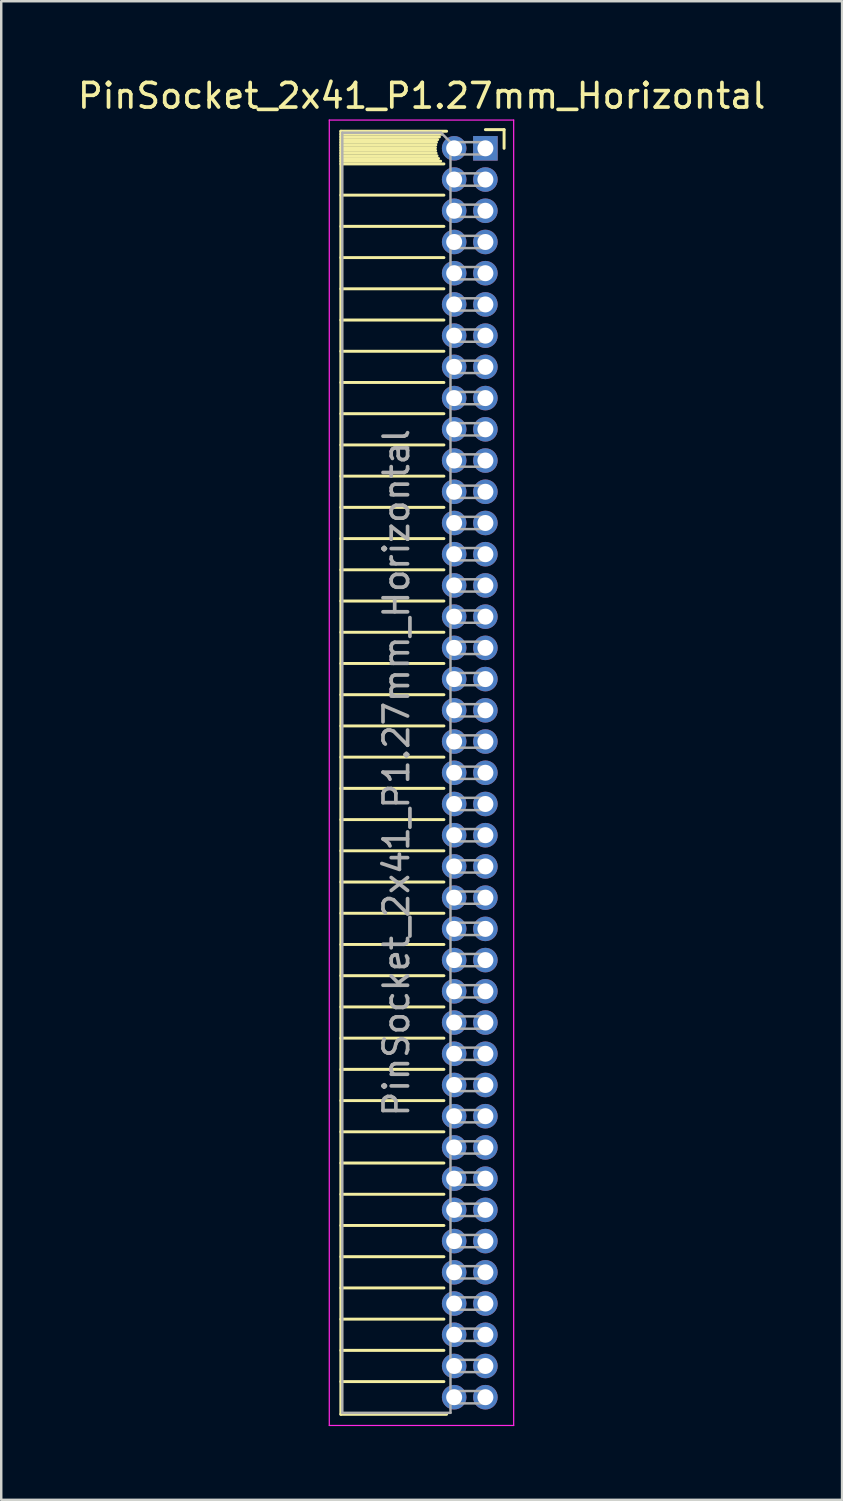
<source format=kicad_pcb>
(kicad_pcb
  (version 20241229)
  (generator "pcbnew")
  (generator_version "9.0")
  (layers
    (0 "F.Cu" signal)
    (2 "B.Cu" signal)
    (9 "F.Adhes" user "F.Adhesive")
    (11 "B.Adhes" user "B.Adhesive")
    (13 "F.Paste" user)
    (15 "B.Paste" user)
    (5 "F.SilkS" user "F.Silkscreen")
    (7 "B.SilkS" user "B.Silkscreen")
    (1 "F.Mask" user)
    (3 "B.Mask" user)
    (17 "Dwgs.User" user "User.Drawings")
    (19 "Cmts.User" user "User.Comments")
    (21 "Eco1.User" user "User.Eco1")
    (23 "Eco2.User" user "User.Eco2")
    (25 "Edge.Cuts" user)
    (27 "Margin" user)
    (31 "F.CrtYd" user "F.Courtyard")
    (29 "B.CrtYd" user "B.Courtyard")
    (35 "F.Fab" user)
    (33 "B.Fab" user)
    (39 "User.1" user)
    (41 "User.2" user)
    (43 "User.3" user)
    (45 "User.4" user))
  (footprint "PinSocket_2x41_P1.27mm_Horizontal"
    (layer "F.Cu")
    (at 16.694 2.983)
    (property "Reference" "PinSocket_2x41_P1.27mm_Horizontal" (at -2.592 -2.135 0) (layer "F.SilkS") (effects (font (size 1 1) (thickness 0.15))))
    (attr through_hole)
    (fp_line (start -5.88 -0.695) (end -5.88 51.495) (stroke (width 0.12) (type solid)) (layer "F.SilkS"))
    (fp_line (start -5.88 -0.695) (end -1.578 -0.695) (stroke (width 0.12) (type solid)) (layer "F.SilkS"))
    (fp_line (start -5.88 -0.575) (end -1.767 -0.575) (stroke (width 0.12) (type solid)) (layer "F.SilkS"))
    (fp_line (start -5.88 -0.465) (end -1.871 -0.465) (stroke (width 0.12) (type solid)) (layer "F.SilkS"))
    (fp_line (start -5.88 -0.355) (end -1.942 -0.355) (stroke (width 0.12) (type solid)) (layer "F.SilkS"))
    (fp_line (start -5.88 -0.245) (end -1.989 -0.245) (stroke (width 0.12) (type solid)) (layer "F.SilkS"))
    (fp_line (start -5.88 -0.135) (end -2.018 -0.135) (stroke (width 0.12) (type solid)) (layer "F.SilkS"))
    (fp_line (start -5.88 -0.025) (end -2.03 -0.025) (stroke (width 0.12) (type solid)) (layer "F.SilkS"))
    (fp_line (start -5.88 0.085) (end -2.025 0.085) (stroke (width 0.12) (type solid)) (layer "F.SilkS"))
    (fp_line (start -5.88 0.195) (end -2.005 0.195) (stroke (width 0.12) (type solid)) (layer "F.SilkS"))
    (fp_line (start -5.88 0.305) (end -1.966 0.305) (stroke (width 0.12) (type solid)) (layer "F.SilkS"))
    (fp_line (start -5.88 0.415) (end -1.907 0.415) (stroke (width 0.12) (type solid)) (layer "F.SilkS"))
    (fp_line (start -5.88 0.525) (end -1.82 0.525) (stroke (width 0.12) (type solid)) (layer "F.SilkS"))
    (fp_line (start -5.88 0.635) (end -1.688 0.635) (stroke (width 0.12) (type solid)) (layer "F.SilkS"))
    (fp_line (start -5.88 1.905) (end -1.688 1.905) (stroke (width 0.12) (type solid)) (layer "F.SilkS"))
    (fp_line (start -5.88 3.175) (end -1.688 3.175) (stroke (width 0.12) (type solid)) (layer "F.SilkS"))
    (fp_line (start -5.88 4.445) (end -1.688 4.445) (stroke (width 0.12) (type solid)) (layer "F.SilkS"))
    (fp_line (start -5.88 5.715) (end -1.688 5.715) (stroke (width 0.12) (type solid)) (layer "F.SilkS"))
    (fp_line (start -5.88 6.985) (end -1.688 6.985) (stroke (width 0.12) (type solid)) (layer "F.SilkS"))
    (fp_line (start -5.88 8.255) (end -1.688 8.255) (stroke (width 0.12) (type solid)) (layer "F.SilkS"))
    (fp_line (start -5.88 9.525) (end -1.688 9.525) (stroke (width 0.12) (type solid)) (layer "F.SilkS"))
    (fp_line (start -5.88 10.795) (end -1.688 10.795) (stroke (width 0.12) (type solid)) (layer "F.SilkS"))
    (fp_line (start -5.88 12.065) (end -1.688 12.065) (stroke (width 0.12) (type solid)) (layer "F.SilkS"))
    (fp_line (start -5.88 13.335) (end -1.688 13.335) (stroke (width 0.12) (type solid)) (layer "F.SilkS"))
    (fp_line (start -5.88 14.605) (end -1.688 14.605) (stroke (width 0.12) (type solid)) (layer "F.SilkS"))
    (fp_line (start -5.88 15.875) (end -1.688 15.875) (stroke (width 0.12) (type solid)) (layer "F.SilkS"))
    (fp_line (start -5.88 17.145) (end -1.688 17.145) (stroke (width 0.12) (type solid)) (layer "F.SilkS"))
    (fp_line (start -5.88 18.415) (end -1.688 18.415) (stroke (width 0.12) (type solid)) (layer "F.SilkS"))
    (fp_line (start -5.88 19.685) (end -1.688 19.685) (stroke (width 0.12) (type solid)) (layer "F.SilkS"))
    (fp_line (start -5.88 20.955) (end -1.688 20.955) (stroke (width 0.12) (type solid)) (layer "F.SilkS"))
    (fp_line (start -5.88 22.225) (end -1.688 22.225) (stroke (width 0.12) (type solid)) (layer "F.SilkS"))
    (fp_line (start -5.88 23.495) (end -1.688 23.495) (stroke (width 0.12) (type solid)) (layer "F.SilkS"))
    (fp_line (start -5.88 24.765) (end -1.688 24.765) (stroke (width 0.12) (type solid)) (layer "F.SilkS"))
    (fp_line (start -5.88 26.035) (end -1.688 26.035) (stroke (width 0.12) (type solid)) (layer "F.SilkS"))
    (fp_line (start -5.88 27.305) (end -1.688 27.305) (stroke (width 0.12) (type solid)) (layer "F.SilkS"))
    (fp_line (start -5.88 28.575) (end -1.688 28.575) (stroke (width 0.12) (type solid)) (layer "F.SilkS"))
    (fp_line (start -5.88 29.845) (end -1.688 29.845) (stroke (width 0.12) (type solid)) (layer "F.SilkS"))
    (fp_line (start -5.88 31.115) (end -1.688 31.115) (stroke (width 0.12) (type solid)) (layer "F.SilkS"))
    (fp_line (start -5.88 32.385) (end -1.688 32.385) (stroke (width 0.12) (type solid)) (layer "F.SilkS"))
    (fp_line (start -5.88 33.655) (end -1.688 33.655) (stroke (width 0.12) (type solid)) (layer "F.SilkS"))
    (fp_line (start -5.88 34.925) (end -1.688 34.925) (stroke (width 0.12) (type solid)) (layer "F.SilkS"))
    (fp_line (start -5.88 36.195) (end -1.688 36.195) (stroke (width 0.12) (type solid)) (layer "F.SilkS"))
    (fp_line (start -5.88 37.465) (end -1.688 37.465) (stroke (width 0.12) (type solid)) (layer "F.SilkS"))
    (fp_line (start -5.88 38.735) (end -1.688 38.735) (stroke (width 0.12) (type solid)) (layer "F.SilkS"))
    (fp_line (start -5.88 40.005) (end -1.688 40.005) (stroke (width 0.12) (type solid)) (layer "F.SilkS"))
    (fp_line (start -5.88 41.275) (end -1.688 41.275) (stroke (width 0.12) (type solid)) (layer "F.SilkS"))
    (fp_line (start -5.88 42.545) (end -1.688 42.545) (stroke (width 0.12) (type solid)) (layer "F.SilkS"))
    (fp_line (start -5.88 43.815) (end -1.688 43.815) (stroke (width 0.12) (type solid)) (layer "F.SilkS"))
    (fp_line (start -5.88 45.085) (end -1.688 45.085) (stroke (width 0.12) (type solid)) (layer "F.SilkS"))
    (fp_line (start -5.88 46.355) (end -1.688 46.355) (stroke (width 0.12) (type solid)) (layer "F.SilkS"))
    (fp_line (start -5.88 47.625) (end -1.688 47.625) (stroke (width 0.12) (type solid)) (layer "F.SilkS"))
    (fp_line (start -5.88 48.895) (end -1.688 48.895) (stroke (width 0.12) (type solid)) (layer "F.SilkS"))
    (fp_line (start -5.88 50.165) (end -1.688 50.165) (stroke (width 0.12) (type solid)) (layer "F.SilkS"))
    (fp_line (start -5.88 51.495) (end -1.578 51.495) (stroke (width 0.12) (type solid)) (layer "F.SilkS"))
    (fp_line (start 0 -0.76) (end 0.76 -0.76) (stroke (width 0.12) (type solid)) (layer "F.SilkS"))
    (fp_line (start 0.76 -0.76) (end 0.76 0) (stroke (width 0.12) (type solid)) (layer "F.SilkS"))
    (fp_line (start -6.35 -1.15) (end -6.35 51.95) (stroke (width 0.05) (type solid)) (layer "F.CrtYd"))
    (fp_line (start -6.35 51.95) (end 1.15 51.95) (stroke (width 0.05) (type solid)) (layer "F.CrtYd"))
    (fp_line (start 1.15 -1.15) (end -6.35 -1.15) (stroke (width 0.05) (type solid)) (layer "F.CrtYd"))
    (fp_line (start 1.15 51.95) (end 1.15 -1.15) (stroke (width 0.05) (type solid)) (layer "F.CrtYd"))
    (fp_line (start -5.82 -0.635) (end -1.805 -0.635) (stroke (width 0.1) (type solid)) (layer "F.Fab"))
    (fp_line (start -5.82 51.435) (end -5.82 -0.635) (stroke (width 0.1) (type solid)) (layer "F.Fab"))
    (fp_line (start -1.805 -0.635) (end -1.42 -0.25) (stroke (width 0.1) (type solid)) (layer "F.Fab"))
    (fp_line (start -1.42 -0.25) (end -1.42 51.435) (stroke (width 0.1) (type solid)) (layer "F.Fab"))
    (fp_line (start -1.42 0.25) (end 0 0.25) (stroke (width 0.1) (type solid)) (layer "F.Fab"))
    (fp_line (start -1.42 1.52) (end 0 1.52) (stroke (width 0.1) (type solid)) (layer "F.Fab"))
    (fp_line (start -1.42 2.79) (end 0 2.79) (stroke (width 0.1) (type solid)) (layer "F.Fab"))
    (fp_line (start -1.42 4.06) (end 0 4.06) (stroke (width 0.1) (type solid)) (layer "F.Fab"))
    (fp_line (start -1.42 5.33) (end 0 5.33) (stroke (width 0.1) (type solid)) (layer "F.Fab"))
    (fp_line (start -1.42 6.6) (end 0 6.6) (stroke (width 0.1) (type solid)) (layer "F.Fab"))
    (fp_line (start -1.42 7.87) (end 0 7.87) (stroke (width 0.1) (type solid)) (layer "F.Fab"))
    (fp_line (start -1.42 9.14) (end 0 9.14) (stroke (width 0.1) (type solid)) (layer "F.Fab"))
    (fp_line (start -1.42 10.41) (end 0 10.41) (stroke (width 0.1) (type solid)) (layer "F.Fab"))
    (fp_line (start -1.42 11.68) (end 0 11.68) (stroke (width 0.1) (type solid)) (layer "F.Fab"))
    (fp_line (start -1.42 12.95) (end 0 12.95) (stroke (width 0.1) (type solid)) (layer "F.Fab"))
    (fp_line (start -1.42 14.22) (end 0 14.22) (stroke (width 0.1) (type solid)) (layer "F.Fab"))
    (fp_line (start -1.42 15.49) (end 0 15.49) (stroke (width 0.1) (type solid)) (layer "F.Fab"))
    (fp_line (start -1.42 16.76) (end 0 16.76) (stroke (width 0.1) (type solid)) (layer "F.Fab"))
    (fp_line (start -1.42 18.03) (end 0 18.03) (stroke (width 0.1) (type solid)) (layer "F.Fab"))
    (fp_line (start -1.42 19.3) (end 0 19.3) (stroke (width 0.1) (type solid)) (layer "F.Fab"))
    (fp_line (start -1.42 20.57) (end 0 20.57) (stroke (width 0.1) (type solid)) (layer "F.Fab"))
    (fp_line (start -1.42 21.84) (end 0 21.84) (stroke (width 0.1) (type solid)) (layer "F.Fab"))
    (fp_line (start -1.42 23.11) (end 0 23.11) (stroke (width 0.1) (type solid)) (layer "F.Fab"))
    (fp_line (start -1.42 24.38) (end 0 24.38) (stroke (width 0.1) (type solid)) (layer "F.Fab"))
    (fp_line (start -1.42 25.65) (end 0 25.65) (stroke (width 0.1) (type solid)) (layer "F.Fab"))
    (fp_line (start -1.42 26.92) (end 0 26.92) (stroke (width 0.1) (type solid)) (layer "F.Fab"))
    (fp_line (start -1.42 28.19) (end 0 28.19) (stroke (width 0.1) (type solid)) (layer "F.Fab"))
    (fp_line (start -1.42 29.46) (end 0 29.46) (stroke (width 0.1) (type solid)) (layer "F.Fab"))
    (fp_line (start -1.42 30.73) (end 0 30.73) (stroke (width 0.1) (type solid)) (layer "F.Fab"))
    (fp_line (start -1.42 32) (end 0 32) (stroke (width 0.1) (type solid)) (layer "F.Fab"))
    (fp_line (start -1.42 33.27) (end 0 33.27) (stroke (width 0.1) (type solid)) (layer "F.Fab"))
    (fp_line (start -1.42 34.54) (end 0 34.54) (stroke (width 0.1) (type solid)) (layer "F.Fab"))
    (fp_line (start -1.42 35.81) (end 0 35.81) (stroke (width 0.1) (type solid)) (layer "F.Fab"))
    (fp_line (start -1.42 37.08) (end 0 37.08) (stroke (width 0.1) (type solid)) (layer "F.Fab"))
    (fp_line (start -1.42 38.35) (end 0 38.35) (stroke (width 0.1) (type solid)) (layer "F.Fab"))
    (fp_line (start -1.42 39.62) (end 0 39.62) (stroke (width 0.1) (type solid)) (layer "F.Fab"))
    (fp_line (start -1.42 40.89) (end 0 40.89) (stroke (width 0.1) (type solid)) (layer "F.Fab"))
    (fp_line (start -1.42 42.16) (end 0 42.16) (stroke (width 0.1) (type solid)) (layer "F.Fab"))
    (fp_line (start -1.42 43.43) (end 0 43.43) (stroke (width 0.1) (type solid)) (layer "F.Fab"))
    (fp_line (start -1.42 44.7) (end 0 44.7) (stroke (width 0.1) (type solid)) (layer "F.Fab"))
    (fp_line (start -1.42 45.97) (end 0 45.97) (stroke (width 0.1) (type solid)) (layer "F.Fab"))
    (fp_line (start -1.42 47.24) (end 0 47.24) (stroke (width 0.1) (type solid)) (layer "F.Fab"))
    (fp_line (start -1.42 48.51) (end 0 48.51) (stroke (width 0.1) (type solid)) (layer "F.Fab"))
    (fp_line (start -1.42 49.78) (end 0 49.78) (stroke (width 0.1) (type solid)) (layer "F.Fab"))
    (fp_line (start -1.42 51.05) (end 0 51.05) (stroke (width 0.1) (type solid)) (layer "F.Fab"))
    (fp_line (start -1.42 51.435) (end -5.82 51.435) (stroke (width 0.1) (type solid)) (layer "F.Fab"))
    (fp_line (start 0 -0.25) (end -1.42 -0.25) (stroke (width 0.1) (type solid)) (layer "F.Fab"))
    (fp_line (start 0 0.25) (end 0 -0.25) (stroke (width 0.1) (type solid)) (layer "F.Fab"))
    (fp_line (start 0 1.02) (end -1.42 1.02) (stroke (width 0.1) (type solid)) (layer "F.Fab"))
    (fp_line (start 0 1.52) (end 0 1.02) (stroke (width 0.1) (type solid)) (layer "F.Fab"))
    (fp_line (start 0 2.29) (end -1.42 2.29) (stroke (width 0.1) (type solid)) (layer "F.Fab"))
    (fp_line (start 0 2.79) (end 0 2.29) (stroke (width 0.1) (type solid)) (layer "F.Fab"))
    (fp_line (start 0 3.56) (end -1.42 3.56) (stroke (width 0.1) (type solid)) (layer "F.Fab"))
    (fp_line (start 0 4.06) (end 0 3.56) (stroke (width 0.1) (type solid)) (layer "F.Fab"))
    (fp_line (start 0 4.83) (end -1.42 4.83) (stroke (width 0.1) (type solid)) (layer "F.Fab"))
    (fp_line (start 0 5.33) (end 0 4.83) (stroke (width 0.1) (type solid)) (layer "F.Fab"))
    (fp_line (start 0 6.1) (end -1.42 6.1) (stroke (width 0.1) (type solid)) (layer "F.Fab"))
    (fp_line (start 0 6.6) (end 0 6.1) (stroke (width 0.1) (type solid)) (layer "F.Fab"))
    (fp_line (start 0 7.37) (end -1.42 7.37) (stroke (width 0.1) (type solid)) (layer "F.Fab"))
    (fp_line (start 0 7.87) (end 0 7.37) (stroke (width 0.1) (type solid)) (layer "F.Fab"))
    (fp_line (start 0 8.64) (end -1.42 8.64) (stroke (width 0.1) (type solid)) (layer "F.Fab"))
    (fp_line (start 0 9.14) (end 0 8.64) (stroke (width 0.1) (type solid)) (layer "F.Fab"))
    (fp_line (start 0 9.91) (end -1.42 9.91) (stroke (width 0.1) (type solid)) (layer "F.Fab"))
    (fp_line (start 0 10.41) (end 0 9.91) (stroke (width 0.1) (type solid)) (layer "F.Fab"))
    (fp_line (start 0 11.18) (end -1.42 11.18) (stroke (width 0.1) (type solid)) (layer "F.Fab"))
    (fp_line (start 0 11.68) (end 0 11.18) (stroke (width 0.1) (type solid)) (layer "F.Fab"))
    (fp_line (start 0 12.45) (end -1.42 12.45) (stroke (width 0.1) (type solid)) (layer "F.Fab"))
    (fp_line (start 0 12.95) (end 0 12.45) (stroke (width 0.1) (type solid)) (layer "F.Fab"))
    (fp_line (start 0 13.72) (end -1.42 13.72) (stroke (width 0.1) (type solid)) (layer "F.Fab"))
    (fp_line (start 0 14.22) (end 0 13.72) (stroke (width 0.1) (type solid)) (layer "F.Fab"))
    (fp_line (start 0 14.99) (end -1.42 14.99) (stroke (width 0.1) (type solid)) (layer "F.Fab"))
    (fp_line (start 0 15.49) (end 0 14.99) (stroke (width 0.1) (type solid)) (layer "F.Fab"))
    (fp_line (start 0 16.26) (end -1.42 16.26) (stroke (width 0.1) (type solid)) (layer "F.Fab"))
    (fp_line (start 0 16.76) (end 0 16.26) (stroke (width 0.1) (type solid)) (layer "F.Fab"))
    (fp_line (start 0 17.53) (end -1.42 17.53) (stroke (width 0.1) (type solid)) (layer "F.Fab"))
    (fp_line (start 0 18.03) (end 0 17.53) (stroke (width 0.1) (type solid)) (layer "F.Fab"))
    (fp_line (start 0 18.8) (end -1.42 18.8) (stroke (width 0.1) (type solid)) (layer "F.Fab"))
    (fp_line (start 0 19.3) (end 0 18.8) (stroke (width 0.1) (type solid)) (layer "F.Fab"))
    (fp_line (start 0 20.07) (end -1.42 20.07) (stroke (width 0.1) (type solid)) (layer "F.Fab"))
    (fp_line (start 0 20.57) (end 0 20.07) (stroke (width 0.1) (type solid)) (layer "F.Fab"))
    (fp_line (start 0 21.34) (end -1.42 21.34) (stroke (width 0.1) (type solid)) (layer "F.Fab"))
    (fp_line (start 0 21.84) (end 0 21.34) (stroke (width 0.1) (type solid)) (layer "F.Fab"))
    (fp_line (start 0 22.61) (end -1.42 22.61) (stroke (width 0.1) (type solid)) (layer "F.Fab"))
    (fp_line (start 0 23.11) (end 0 22.61) (stroke (width 0.1) (type solid)) (layer "F.Fab"))
    (fp_line (start 0 23.88) (end -1.42 23.88) (stroke (width 0.1) (type solid)) (layer "F.Fab"))
    (fp_line (start 0 24.38) (end 0 23.88) (stroke (width 0.1) (type solid)) (layer "F.Fab"))
    (fp_line (start 0 25.15) (end -1.42 25.15) (stroke (width 0.1) (type solid)) (layer "F.Fab"))
    (fp_line (start 0 25.65) (end 0 25.15) (stroke (width 0.1) (type solid)) (layer "F.Fab"))
    (fp_line (start 0 26.42) (end -1.42 26.42) (stroke (width 0.1) (type solid)) (layer "F.Fab"))
    (fp_line (start 0 26.92) (end 0 26.42) (stroke (width 0.1) (type solid)) (layer "F.Fab"))
    (fp_line (start 0 27.69) (end -1.42 27.69) (stroke (width 0.1) (type solid)) (layer "F.Fab"))
    (fp_line (start 0 28.19) (end 0 27.69) (stroke (width 0.1) (type solid)) (layer "F.Fab"))
    (fp_line (start 0 28.96) (end -1.42 28.96) (stroke (width 0.1) (type solid)) (layer "F.Fab"))
    (fp_line (start 0 29.46) (end 0 28.96) (stroke (width 0.1) (type solid)) (layer "F.Fab"))
    (fp_line (start 0 30.23) (end -1.42 30.23) (stroke (width 0.1) (type solid)) (layer "F.Fab"))
    (fp_line (start 0 30.73) (end 0 30.23) (stroke (width 0.1) (type solid)) (layer "F.Fab"))
    (fp_line (start 0 31.5) (end -1.42 31.5) (stroke (width 0.1) (type solid)) (layer "F.Fab"))
    (fp_line (start 0 32) (end 0 31.5) (stroke (width 0.1) (type solid)) (layer "F.Fab"))
    (fp_line (start 0 32.77) (end -1.42 32.77) (stroke (width 0.1) (type solid)) (layer "F.Fab"))
    (fp_line (start 0 33.27) (end 0 32.77) (stroke (width 0.1) (type solid)) (layer "F.Fab"))
    (fp_line (start 0 34.04) (end -1.42 34.04) (stroke (width 0.1) (type solid)) (layer "F.Fab"))
    (fp_line (start 0 34.54) (end 0 34.04) (stroke (width 0.1) (type solid)) (layer "F.Fab"))
    (fp_line (start 0 35.31) (end -1.42 35.31) (stroke (width 0.1) (type solid)) (layer "F.Fab"))
    (fp_line (start 0 35.81) (end 0 35.31) (stroke (width 0.1) (type solid)) (layer "F.Fab"))
    (fp_line (start 0 36.58) (end -1.42 36.58) (stroke (width 0.1) (type solid)) (layer "F.Fab"))
    (fp_line (start 0 37.08) (end 0 36.58) (stroke (width 0.1) (type solid)) (layer "F.Fab"))
    (fp_line (start 0 37.85) (end -1.42 37.85) (stroke (width 0.1) (type solid)) (layer "F.Fab"))
    (fp_line (start 0 38.35) (end 0 37.85) (stroke (width 0.1) (type solid)) (layer "F.Fab"))
    (fp_line (start 0 39.12) (end -1.42 39.12) (stroke (width 0.1) (type solid)) (layer "F.Fab"))
    (fp_line (start 0 39.62) (end 0 39.12) (stroke (width 0.1) (type solid)) (layer "F.Fab"))
    (fp_line (start 0 40.39) (end -1.42 40.39) (stroke (width 0.1) (type solid)) (layer "F.Fab"))
    (fp_line (start 0 40.89) (end 0 40.39) (stroke (width 0.1) (type solid)) (layer "F.Fab"))
    (fp_line (start 0 41.66) (end -1.42 41.66) (stroke (width 0.1) (type solid)) (layer "F.Fab"))
    (fp_line (start 0 42.16) (end 0 41.66) (stroke (width 0.1) (type solid)) (layer "F.Fab"))
    (fp_line (start 0 42.93) (end -1.42 42.93) (stroke (width 0.1) (type solid)) (layer "F.Fab"))
    (fp_line (start 0 43.43) (end 0 42.93) (stroke (width 0.1) (type solid)) (layer "F.Fab"))
    (fp_line (start 0 44.2) (end -1.42 44.2) (stroke (width 0.1) (type solid)) (layer "F.Fab"))
    (fp_line (start 0 44.7) (end 0 44.2) (stroke (width 0.1) (type solid)) (layer "F.Fab"))
    (fp_line (start 0 45.47) (end -1.42 45.47) (stroke (width 0.1) (type solid)) (layer "F.Fab"))
    (fp_line (start 0 45.97) (end 0 45.47) (stroke (width 0.1) (type solid)) (layer "F.Fab"))
    (fp_line (start 0 46.74) (end -1.42 46.74) (stroke (width 0.1) (type solid)) (layer "F.Fab"))
    (fp_line (start 0 47.24) (end 0 46.74) (stroke (width 0.1) (type solid)) (layer "F.Fab"))
    (fp_line (start 0 48.01) (end -1.42 48.01) (stroke (width 0.1) (type solid)) (layer "F.Fab"))
    (fp_line (start 0 48.51) (end 0 48.01) (stroke (width 0.1) (type solid)) (layer "F.Fab"))
    (fp_line (start 0 49.28) (end -1.42 49.28) (stroke (width 0.1) (type solid)) (layer "F.Fab"))
    (fp_line (start 0 49.78) (end 0 49.28) (stroke (width 0.1) (type solid)) (layer "F.Fab"))
    (fp_line (start 0 50.55) (end -1.42 50.55) (stroke (width 0.1) (type solid)) (layer "F.Fab"))
    (fp_line (start 0 51.05) (end 0 50.55) (stroke (width 0.1) (type solid)) (layer "F.Fab"))
    (fp_text user "${REFERENCE}" (at -3.62 25.4 90) (layer "F.Fab") (effects (font (size 1 1) (thickness 0.15))))
    (pad "1" thru_hole rect (at 0 0) (size 1 1) (drill 0.65) (layers "*.Cu" "*.Mask"))
    (pad "2" thru_hole circle (at -1.27 0) (size 1 1) (drill 0.65) (layers "*.Cu" "*.Mask"))
    (pad "3" thru_hole circle (at 0 1.27) (size 1 1) (drill 0.65) (layers "*.Cu" "*.Mask"))
    (pad "4" thru_hole circle (at -1.27 1.27) (size 1 1) (drill 0.65) (layers "*.Cu" "*.Mask"))
    (pad "5" thru_hole circle (at 0 2.54) (size 1 1) (drill 0.65) (layers "*.Cu" "*.Mask"))
    (pad "6" thru_hole circle (at -1.27 2.54) (size 1 1) (drill 0.65) (layers "*.Cu" "*.Mask"))
    (pad "7" thru_hole circle (at 0 3.81) (size 1 1) (drill 0.65) (layers "*.Cu" "*.Mask"))
    (pad "8" thru_hole circle (at -1.27 3.81) (size 1 1) (drill 0.65) (layers "*.Cu" "*.Mask"))
    (pad "9" thru_hole circle (at 0 5.08) (size 1 1) (drill 0.65) (layers "*.Cu" "*.Mask"))
    (pad "10" thru_hole circle (at -1.27 5.08) (size 1 1) (drill 0.65) (layers "*.Cu" "*.Mask"))
    (pad "11" thru_hole circle (at 0 6.35) (size 1 1) (drill 0.65) (layers "*.Cu" "*.Mask"))
    (pad "12" thru_hole circle (at -1.27 6.35) (size 1 1) (drill 0.65) (layers "*.Cu" "*.Mask"))
    (pad "13" thru_hole circle (at 0 7.62) (size 1 1) (drill 0.65) (layers "*.Cu" "*.Mask"))
    (pad "14" thru_hole circle (at -1.27 7.62) (size 1 1) (drill 0.65) (layers "*.Cu" "*.Mask"))
    (pad "15" thru_hole circle (at 0 8.89) (size 1 1) (drill 0.65) (layers "*.Cu" "*.Mask"))
    (pad "16" thru_hole circle (at -1.27 8.89) (size 1 1) (drill 0.65) (layers "*.Cu" "*.Mask"))
    (pad "17" thru_hole circle (at 0 10.16) (size 1 1) (drill 0.65) (layers "*.Cu" "*.Mask"))
    (pad "18" thru_hole circle (at -1.27 10.16) (size 1 1) (drill 0.65) (layers "*.Cu" "*.Mask"))
    (pad "19" thru_hole circle (at 0 11.43) (size 1 1) (drill 0.65) (layers "*.Cu" "*.Mask"))
    (pad "20" thru_hole circle (at -1.27 11.43) (size 1 1) (drill 0.65) (layers "*.Cu" "*.Mask"))
    (pad "21" thru_hole circle (at 0 12.7) (size 1 1) (drill 0.65) (layers "*.Cu" "*.Mask"))
    (pad "22" thru_hole circle (at -1.27 12.7) (size 1 1) (drill 0.65) (layers "*.Cu" "*.Mask"))
    (pad "23" thru_hole circle (at 0 13.97) (size 1 1) (drill 0.65) (layers "*.Cu" "*.Mask"))
    (pad "24" thru_hole circle (at -1.27 13.97) (size 1 1) (drill 0.65) (layers "*.Cu" "*.Mask"))
    (pad "25" thru_hole circle (at 0 15.24) (size 1 1) (drill 0.65) (layers "*.Cu" "*.Mask"))
    (pad "26" thru_hole circle (at -1.27 15.24) (size 1 1) (drill 0.65) (layers "*.Cu" "*.Mask"))
    (pad "27" thru_hole circle (at 0 16.51) (size 1 1) (drill 0.65) (layers "*.Cu" "*.Mask"))
    (pad "28" thru_hole circle (at -1.27 16.51) (size 1 1) (drill 0.65) (layers "*.Cu" "*.Mask"))
    (pad "29" thru_hole circle (at 0 17.78) (size 1 1) (drill 0.65) (layers "*.Cu" "*.Mask"))
    (pad "30" thru_hole circle (at -1.27 17.78) (size 1 1) (drill 0.65) (layers "*.Cu" "*.Mask"))
    (pad "31" thru_hole circle (at 0 19.05) (size 1 1) (drill 0.65) (layers "*.Cu" "*.Mask"))
    (pad "32" thru_hole circle (at -1.27 19.05) (size 1 1) (drill 0.65) (layers "*.Cu" "*.Mask"))
    (pad "33" thru_hole circle (at 0 20.32) (size 1 1) (drill 0.65) (layers "*.Cu" "*.Mask"))
    (pad "34" thru_hole circle (at -1.27 20.32) (size 1 1) (drill 0.65) (layers "*.Cu" "*.Mask"))
    (pad "35" thru_hole circle (at 0 21.59) (size 1 1) (drill 0.65) (layers "*.Cu" "*.Mask"))
    (pad "36" thru_hole circle (at -1.27 21.59) (size 1 1) (drill 0.65) (layers "*.Cu" "*.Mask"))
    (pad "37" thru_hole circle (at 0 22.86) (size 1 1) (drill 0.65) (layers "*.Cu" "*.Mask"))
    (pad "38" thru_hole circle (at -1.27 22.86) (size 1 1) (drill 0.65) (layers "*.Cu" "*.Mask"))
    (pad "39" thru_hole circle (at 0 24.13) (size 1 1) (drill 0.65) (layers "*.Cu" "*.Mask"))
    (pad "40" thru_hole circle (at -1.27 24.13) (size 1 1) (drill 0.65) (layers "*.Cu" "*.Mask"))
    (pad "41" thru_hole circle (at 0 25.4) (size 1 1) (drill 0.65) (layers "*.Cu" "*.Mask"))
    (pad "42" thru_hole circle (at -1.27 25.4) (size 1 1) (drill 0.65) (layers "*.Cu" "*.Mask"))
    (pad "43" thru_hole circle (at 0 26.67) (size 1 1) (drill 0.65) (layers "*.Cu" "*.Mask"))
    (pad "44" thru_hole circle (at -1.27 26.67) (size 1 1) (drill 0.65) (layers "*.Cu" "*.Mask"))
    (pad "45" thru_hole circle (at 0 27.94) (size 1 1) (drill 0.65) (layers "*.Cu" "*.Mask"))
    (pad "46" thru_hole circle (at -1.27 27.94) (size 1 1) (drill 0.65) (layers "*.Cu" "*.Mask"))
    (pad "47" thru_hole circle (at 0 29.21) (size 1 1) (drill 0.65) (layers "*.Cu" "*.Mask"))
    (pad "48" thru_hole circle (at -1.27 29.21) (size 1 1) (drill 0.65) (layers "*.Cu" "*.Mask"))
    (pad "49" thru_hole circle (at 0 30.48) (size 1 1) (drill 0.65) (layers "*.Cu" "*.Mask"))
    (pad "50" thru_hole circle (at -1.27 30.48) (size 1 1) (drill 0.65) (layers "*.Cu" "*.Mask"))
    (pad "51" thru_hole circle (at 0 31.75) (size 1 1) (drill 0.65) (layers "*.Cu" "*.Mask"))
    (pad "52" thru_hole circle (at -1.27 31.75) (size 1 1) (drill 0.65) (layers "*.Cu" "*.Mask"))
    (pad "53" thru_hole circle (at 0 33.02) (size 1 1) (drill 0.65) (layers "*.Cu" "*.Mask"))
    (pad "54" thru_hole circle (at -1.27 33.02) (size 1 1) (drill 0.65) (layers "*.Cu" "*.Mask"))
    (pad "55" thru_hole circle (at 0 34.29) (size 1 1) (drill 0.65) (layers "*.Cu" "*.Mask"))
    (pad "56" thru_hole circle (at -1.27 34.29) (size 1 1) (drill 0.65) (layers "*.Cu" "*.Mask"))
    (pad "57" thru_hole circle (at 0 35.56) (size 1 1) (drill 0.65) (layers "*.Cu" "*.Mask"))
    (pad "58" thru_hole circle (at -1.27 35.56) (size 1 1) (drill 0.65) (layers "*.Cu" "*.Mask"))
    (pad "59" thru_hole circle (at 0 36.83) (size 1 1) (drill 0.65) (layers "*.Cu" "*.Mask"))
    (pad "60" thru_hole circle (at -1.27 36.83) (size 1 1) (drill 0.65) (layers "*.Cu" "*.Mask"))
    (pad "61" thru_hole circle (at 0 38.1) (size 1 1) (drill 0.65) (layers "*.Cu" "*.Mask"))
    (pad "62" thru_hole circle (at -1.27 38.1) (size 1 1) (drill 0.65) (layers "*.Cu" "*.Mask"))
    (pad "63" thru_hole circle (at 0 39.37) (size 1 1) (drill 0.65) (layers "*.Cu" "*.Mask"))
    (pad "64" thru_hole circle (at -1.27 39.37) (size 1 1) (drill 0.65) (layers "*.Cu" "*.Mask"))
    (pad "65" thru_hole circle (at 0 40.64) (size 1 1) (drill 0.65) (layers "*.Cu" "*.Mask"))
    (pad "66" thru_hole circle (at -1.27 40.64) (size 1 1) (drill 0.65) (layers "*.Cu" "*.Mask"))
    (pad "67" thru_hole circle (at 0 41.91) (size 1 1) (drill 0.65) (layers "*.Cu" "*.Mask"))
    (pad "68" thru_hole circle (at -1.27 41.91) (size 1 1) (drill 0.65) (layers "*.Cu" "*.Mask"))
    (pad "69" thru_hole circle (at 0 43.18) (size 1 1) (drill 0.65) (layers "*.Cu" "*.Mask"))
    (pad "70" thru_hole circle (at -1.27 43.18) (size 1 1) (drill 0.65) (layers "*.Cu" "*.Mask"))
    (pad "71" thru_hole circle (at 0 44.45) (size 1 1) (drill 0.65) (layers "*.Cu" "*.Mask"))
    (pad "72" thru_hole circle (at -1.27 44.45) (size 1 1) (drill 0.65) (layers "*.Cu" "*.Mask"))
    (pad "73" thru_hole circle (at 0 45.72) (size 1 1) (drill 0.65) (layers "*.Cu" "*.Mask"))
    (pad "74" thru_hole circle (at -1.27 45.72) (size 1 1) (drill 0.65) (layers "*.Cu" "*.Mask"))
    (pad "75" thru_hole circle (at 0 46.99) (size 1 1) (drill 0.65) (layers "*.Cu" "*.Mask"))
    (pad "76" thru_hole circle (at -1.27 46.99) (size 1 1) (drill 0.65) (layers "*.Cu" "*.Mask"))
    (pad "77" thru_hole circle (at 0 48.26) (size 1 1) (drill 0.65) (layers "*.Cu" "*.Mask"))
    (pad "78" thru_hole circle (at -1.27 48.26) (size 1 1) (drill 0.65) (layers "*.Cu" "*.Mask"))
    (pad "79" thru_hole circle (at 0 49.53) (size 1 1) (drill 0.65) (layers "*.Cu" "*.Mask"))
    (pad "80" thru_hole circle (at -1.27 49.53) (size 1 1) (drill 0.65) (layers "*.Cu" "*.Mask"))
    (pad "81" thru_hole circle (at 0 50.8) (size 1 1) (drill 0.65) (layers "*.Cu" "*.Mask"))
    (pad "82" thru_hole circle (at -1.27 50.8) (size 1 1) (drill 0.65) (layers "*.Cu" "*.Mask")))
  (gr_rect
    (start -3 -3)
    (end 31.202 57.958)
    (stroke (width 0.1) (type default))
    (fill no)
    (layer "Edge.Cuts")))
</source>
